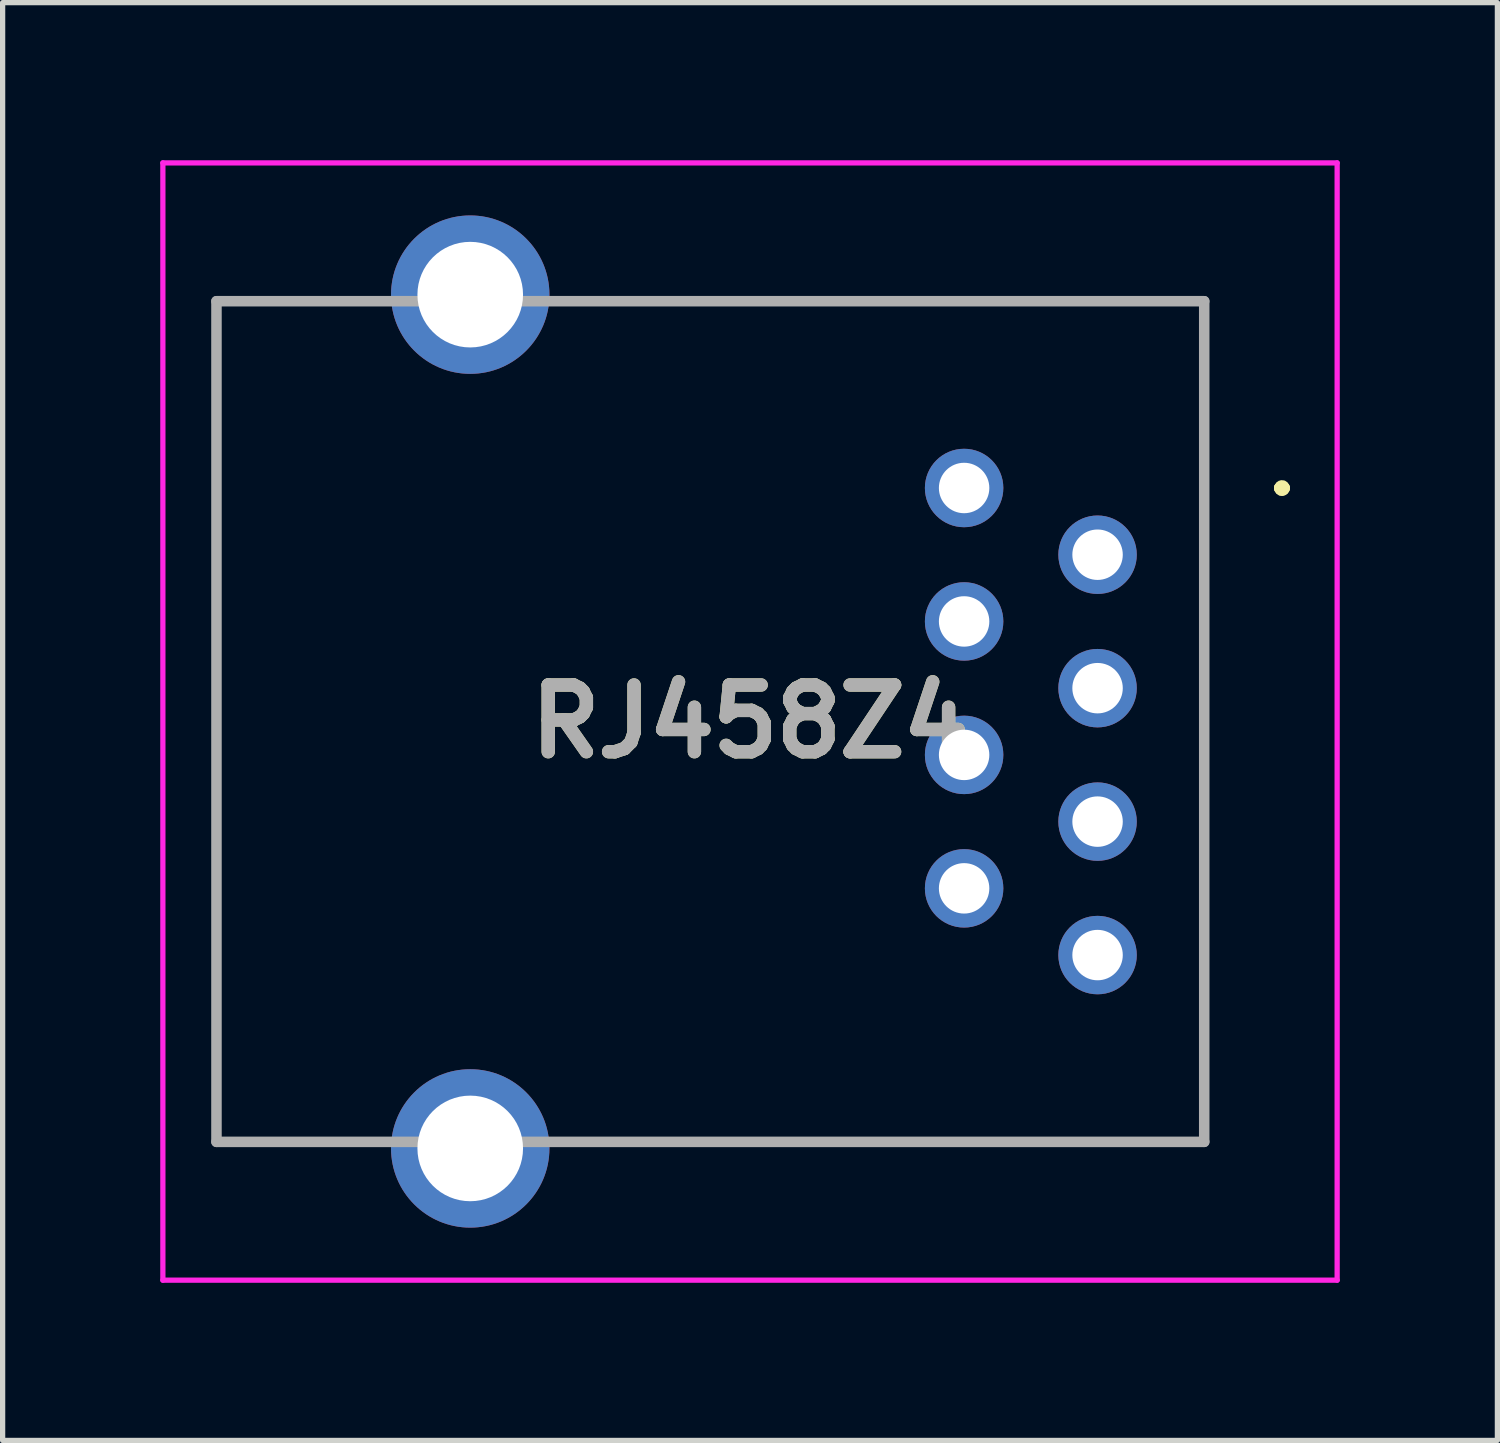
<source format=kicad_pcb>
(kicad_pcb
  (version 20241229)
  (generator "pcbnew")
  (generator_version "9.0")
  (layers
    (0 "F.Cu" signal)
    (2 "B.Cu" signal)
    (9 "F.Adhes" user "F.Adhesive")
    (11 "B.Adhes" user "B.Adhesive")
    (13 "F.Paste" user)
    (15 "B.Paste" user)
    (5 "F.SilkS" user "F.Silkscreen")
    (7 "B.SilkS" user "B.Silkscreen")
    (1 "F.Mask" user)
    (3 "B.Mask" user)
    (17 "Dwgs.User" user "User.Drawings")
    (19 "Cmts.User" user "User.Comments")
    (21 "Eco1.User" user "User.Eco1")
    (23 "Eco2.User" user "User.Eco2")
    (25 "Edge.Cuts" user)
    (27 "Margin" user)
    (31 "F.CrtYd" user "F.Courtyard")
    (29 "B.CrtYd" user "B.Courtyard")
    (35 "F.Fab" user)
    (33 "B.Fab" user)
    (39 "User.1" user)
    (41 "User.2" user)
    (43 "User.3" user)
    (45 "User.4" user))
  (footprint "RJ458Z4"
    (layer "F.Cu")
    (at 15.3 6.238)
    (property "Reference" "RJ458Z4" (at -4.075 4.445 0) (layer "F.SilkS") (effects (font (size 1.27 1.27) (thickness 0.254))))
    (attr through_hole)
    (fp_line (start -14.25 -3.555) (end -14.25 12.445) (stroke (width 0.1) (type solid)) (layer "F.SilkS"))
    (fp_line (start -14.25 12.445) (end -14.25 12.445) (stroke (width 0.1) (type solid)) (layer "F.SilkS"))
    (fp_line (start -14.25 12.445) (end -14.23 12.445) (stroke (width 0.1) (type solid)) (layer "F.SilkS"))
    (fp_line (start -14.25 12.445) (end -12 12.445) (stroke (width 0.1) (type solid)) (layer "F.SilkS"))
    (fp_line (start -14.23 -3.555) (end -14.25 -3.555) (stroke (width 0.1) (type solid)) (layer "F.SilkS"))
    (fp_line (start -14.23 -3.555) (end -14.23 -3.555) (stroke (width 0.1) (type solid)) (layer "F.SilkS"))
    (fp_line (start -14.23 -3.555) (end -11.5 -3.555) (stroke (width 0.1) (type solid)) (layer "F.SilkS"))
    (fp_line (start -14.23 12.445) (end -14.23 -3.555) (stroke (width 0.1) (type solid)) (layer "F.SilkS"))
    (fp_line (start -12 12.445) (end -14.25 12.445) (stroke (width 0.1) (type solid)) (layer "F.SilkS"))
    (fp_line (start -12 12.445) (end -12 12.445) (stroke (width 0.1) (type solid)) (layer "F.SilkS"))
    (fp_line (start -11.5 -3.555) (end -14.23 -3.555) (stroke (width 0.1) (type solid)) (layer "F.SilkS"))
    (fp_line (start -11.5 -3.555) (end -11.5 -3.555) (stroke (width 0.1) (type solid)) (layer "F.SilkS"))
    (fp_line (start -7 -3.555) (end -7 -3.555) (stroke (width 0.1) (type solid)) (layer "F.SilkS"))
    (fp_line (start -7 -3.555) (end 4.57 -3.555) (stroke (width 0.1) (type solid)) (layer "F.SilkS"))
    (fp_line (start -5.25 12.445) (end -5.25 12.445) (stroke (width 0.1) (type solid)) (layer "F.SilkS"))
    (fp_line (start -5.25 12.445) (end 4.57 12.445) (stroke (width 0.1) (type solid)) (layer "F.SilkS"))
    (fp_line (start 4.57 -3.555) (end -7 -3.555) (stroke (width 0.1) (type solid)) (layer "F.SilkS"))
    (fp_line (start 4.57 -3.555) (end 4.57 -3.555) (stroke (width 0.1) (type solid)) (layer "F.SilkS"))
    (fp_line (start 4.57 -3.555) (end 4.57 -3.555) (stroke (width 0.1) (type solid)) (layer "F.SilkS"))
    (fp_line (start 4.57 -3.555) (end 4.57 12.445) (stroke (width 0.1) (type solid)) (layer "F.SilkS"))
    (fp_line (start 4.57 12.445) (end -5.25 12.445) (stroke (width 0.1) (type solid)) (layer "F.SilkS"))
    (fp_line (start 4.57 12.445) (end 4.57 -3.555) (stroke (width 0.1) (type solid)) (layer "F.SilkS"))
    (fp_line (start 4.57 12.445) (end 4.57 12.445) (stroke (width 0.1) (type solid)) (layer "F.SilkS"))
    (fp_line (start 4.57 12.445) (end 4.57 12.445) (stroke (width 0.1) (type solid)) (layer "F.SilkS"))
    (fp_line (start 6 0) (end 6 0) (stroke (width 0.2) (type solid)) (layer "F.SilkS"))
    (fp_line (start 6 0) (end 6 0) (stroke (width 0.2) (type solid)) (layer "F.SilkS"))
    (fp_line (start 6.1 0) (end 6.1 0) (stroke (width 0.2) (type solid)) (layer "F.SilkS"))
    (fp_arc (start 6 0) (mid 6.05 -0.05) (end 6.1 0) (stroke (width 0.2) (type solid)) (layer "F.SilkS"))
    (fp_arc (start 6.1 0) (mid 6.05 0.05) (end 6 0) (stroke (width 0.2) (type solid)) (layer "F.SilkS"))
    (fp_arc (start 6.1 0) (mid 6.05 0.05) (end 6 0) (stroke (width 0.2) (type solid)) (layer "F.SilkS"))
    (fp_line (start -15.25 -6.188) (end 7.1 -6.188) (stroke (width 0.1) (type solid)) (layer "F.CrtYd"))
    (fp_line (start -15.25 15.078) (end -15.25 -6.188) (stroke (width 0.1) (type solid)) (layer "F.CrtYd"))
    (fp_line (start 7.1 -6.188) (end 7.1 15.078) (stroke (width 0.1) (type solid)) (layer "F.CrtYd"))
    (fp_line (start 7.1 15.078) (end -15.25 15.078) (stroke (width 0.1) (type solid)) (layer "F.CrtYd"))
    (fp_line (start -14.23 -3.555) (end -14.23 12.445) (stroke (width 0.2) (type solid)) (layer "F.Fab"))
    (fp_line (start -14.23 12.445) (end 4.57 12.445) (stroke (width 0.2) (type solid)) (layer "F.Fab"))
    (fp_line (start 4.57 -3.555) (end -14.23 -3.555) (stroke (width 0.2) (type solid)) (layer "F.Fab"))
    (fp_line (start 4.57 12.445) (end 4.57 -3.555) (stroke (width 0.2) (type solid)) (layer "F.Fab"))
    (fp_text user "${REFERENCE}" (at -4.075 4.445 0) (layer "F.Fab") (effects (font (size 1.27 1.27) (thickness 0.254))))
    (pad "" np_thru_hole circle (at -6.35 -1.27) (size 0.001 0.001) (drill 3.33) (layers "*.Cu" "*.Mask"))
    (pad "" np_thru_hole circle (at -6.35 10.16) (size 0.001 0.001) (drill 3.33) (layers "*.Cu" "*.Mask"))
    (pad "1" thru_hole circle (at 0 0) (size 1.493 1.493) (drill 0.96) (layers "*.Cu" "*.Mask"))
    (pad "2" thru_hole circle (at 2.54 1.27) (size 1.493 1.493) (drill 0.96) (layers "*.Cu" "*.Mask"))
    (pad "3" thru_hole circle (at 0 2.54) (size 1.493 1.493) (drill 0.96) (layers "*.Cu" "*.Mask"))
    (pad "4" thru_hole circle (at 2.54 3.81) (size 1.493 1.493) (drill 0.96) (layers "*.Cu" "*.Mask"))
    (pad "5" thru_hole circle (at 0 5.08) (size 1.493 1.493) (drill 0.96) (layers "*.Cu" "*.Mask"))
    (pad "6" thru_hole circle (at 2.54 6.35) (size 1.493 1.493) (drill 0.96) (layers "*.Cu" "*.Mask"))
    (pad "7" thru_hole circle (at 0 7.62) (size 1.493 1.493) (drill 0.96) (layers "*.Cu" "*.Mask"))
    (pad "8" thru_hole circle (at 2.54 8.89) (size 1.493 1.493) (drill 0.96) (layers "*.Cu" "*.Mask"))
    (pad "MH1" thru_hole circle (at -9.4 -3.68) (size 3.015 3.015) (drill 2.01) (layers "*.Cu" "*.Mask"))
    (pad "MH2" thru_hole circle (at -9.4 12.57) (size 3.015 3.015) (drill 2.01) (layers "*.Cu" "*.Mask")))
  (gr_rect
    (start -3 -3)
    (end 25.45 24.366)
    (stroke (width 0.1) (type default))
    (fill no)
    (layer "Edge.Cuts")))
</source>
